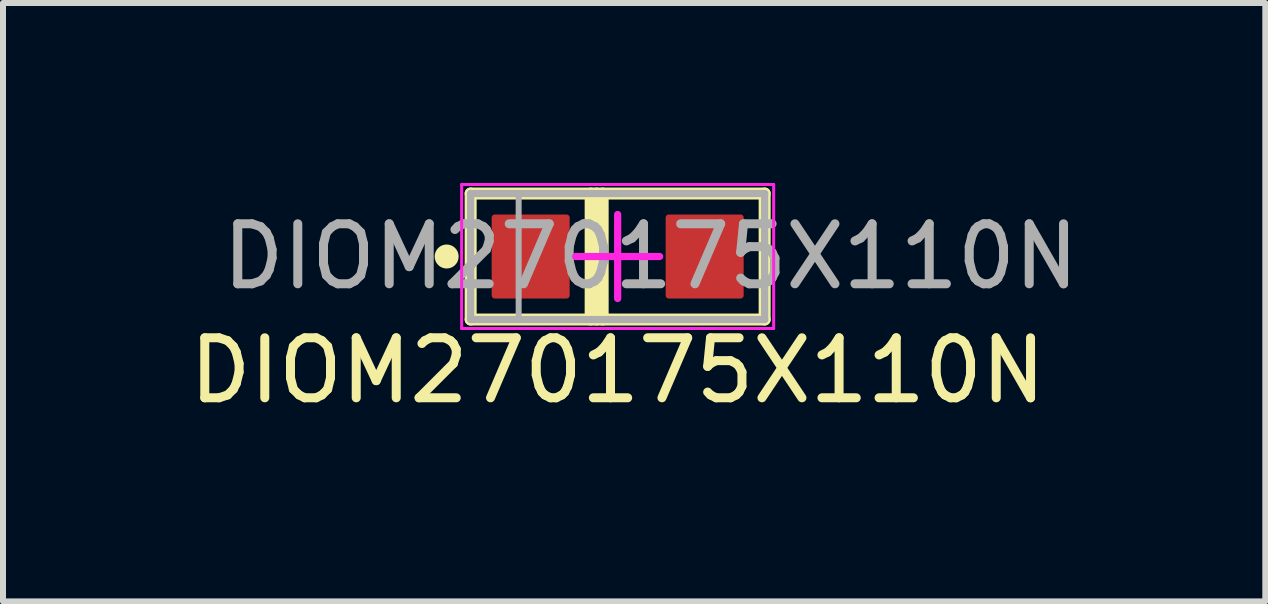
<source format=kicad_pcb>
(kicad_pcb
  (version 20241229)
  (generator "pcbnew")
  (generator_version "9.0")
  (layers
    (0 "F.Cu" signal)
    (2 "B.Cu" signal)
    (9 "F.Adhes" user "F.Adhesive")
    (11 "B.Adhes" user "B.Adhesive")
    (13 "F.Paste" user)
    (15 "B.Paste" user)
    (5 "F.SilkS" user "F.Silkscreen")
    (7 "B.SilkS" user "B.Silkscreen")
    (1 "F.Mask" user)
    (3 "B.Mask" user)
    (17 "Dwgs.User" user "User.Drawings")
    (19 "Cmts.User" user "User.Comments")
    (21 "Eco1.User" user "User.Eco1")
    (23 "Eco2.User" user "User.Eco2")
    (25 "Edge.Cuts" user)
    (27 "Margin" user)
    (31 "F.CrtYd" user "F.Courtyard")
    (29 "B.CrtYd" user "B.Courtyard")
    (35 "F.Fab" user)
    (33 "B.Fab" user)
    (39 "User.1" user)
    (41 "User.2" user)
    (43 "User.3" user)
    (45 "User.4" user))
  (footprint "DIOM270175X110N"
    (layer "F.Cu")
    (at 7.244 1.225)
    (property "Reference" "DIOM270175X110N" (at 0 1.9 0) (layer "F.SilkS") (effects (font (size 1 1) (thickness 0.15))))
    (attr smd)
    (fp_line (start -2.45 -1.05) (end 2.45 -1.05) (stroke (width 0.2) (type solid)) (layer "F.SilkS"))
    (fp_line (start -2.45 1.05) (end -2.45 -1.05) (stroke (width 0.2) (type solid)) (layer "F.SilkS"))
    (fp_line (start -0.45 -1.05) (end -0.45 1.05) (stroke (width 0.2) (type solid)) (layer "F.SilkS"))
    (fp_line (start -0.35 -1.05) (end -0.35 1.05) (stroke (width 0.2) (type solid)) (layer "F.SilkS"))
    (fp_line (start -0.25 -1.05) (end -0.25 1.05) (stroke (width 0.2) (type solid)) (layer "F.SilkS"))
    (fp_line (start 2.45 -1.05) (end 2.45 1.05) (stroke (width 0.2) (type solid)) (layer "F.SilkS"))
    (fp_line (start 2.45 1.05) (end -2.45 1.05) (stroke (width 0.2) (type solid)) (layer "F.SilkS"))
    (fp_circle (center -2.85 0) (end -2.95 0) (stroke (width 0.2) (type solid)) (fill no) (layer "F.SilkS"))
    (fp_line (start -2.6 -1.2) (end 2.6 -1.2) (stroke (width 0.05) (type solid)) (layer "F.CrtYd"))
    (fp_line (start -2.6 1.2) (end -2.6 -1.2) (stroke (width 0.05) (type solid)) (layer "F.CrtYd"))
    (fp_line (start 0 0.7) (end 0 -0.7) (stroke (width 0.12) (type solid)) (layer "F.CrtYd"))
    (fp_line (start 0.7 0) (end -0.7 0) (stroke (width 0.12) (type solid)) (layer "F.CrtYd"))
    (fp_line (start 2.6 -1.2) (end 2.6 1.2) (stroke (width 0.05) (type solid)) (layer "F.CrtYd"))
    (fp_line (start 2.6 1.2) (end -2.6 1.2) (stroke (width 0.05) (type solid)) (layer "F.CrtYd"))
    (fp_line (start -2.45 -1.05) (end 2.45 -1.05) (stroke (width 0.12) (type solid)) (layer "F.Fab"))
    (fp_line (start -2.45 1.05) (end -2.45 -1.05) (stroke (width 0.12) (type solid)) (layer "F.Fab"))
    (fp_line (start 2.45 -1.05) (end 2.45 1.05) (stroke (width 0.12) (type solid)) (layer "F.Fab"))
    (fp_line (start 2.45 1.05) (end -2.45 1.05) (stroke (width 0.12) (type solid)) (layer "F.Fab"))
    (fp_poly (pts (xy -2.45 -1.05) (xy -1.65 -1.05) (xy -1.65 1.05) (xy -2.45 1.05)) (stroke (width 0.1) (type solid)) (fill no) (layer "F.Fab"))
    (fp_text user "${REFERENCE}" (at 0.55 0 0) (layer "F.Fab") (effects (font (size 1 1) (thickness 0.15))))
    (pad "1" smd roundrect (at -1.45 0) (size 1.3 1.4) (layers "F.Cu" "F.Mask" "F.Paste") (roundrect_rratio 0.039))
    (pad "2" smd roundrect (at 1.45 0) (size 1.3 1.4) (layers "F.Cu" "F.Mask" "F.Paste") (roundrect_rratio 0.038)))
  (gr_rect
    (start -3 -3)
    (end 18.038 6.973)
    (stroke (width 0.1) (type default))
    (fill no)
    (layer "Edge.Cuts")))
</source>
